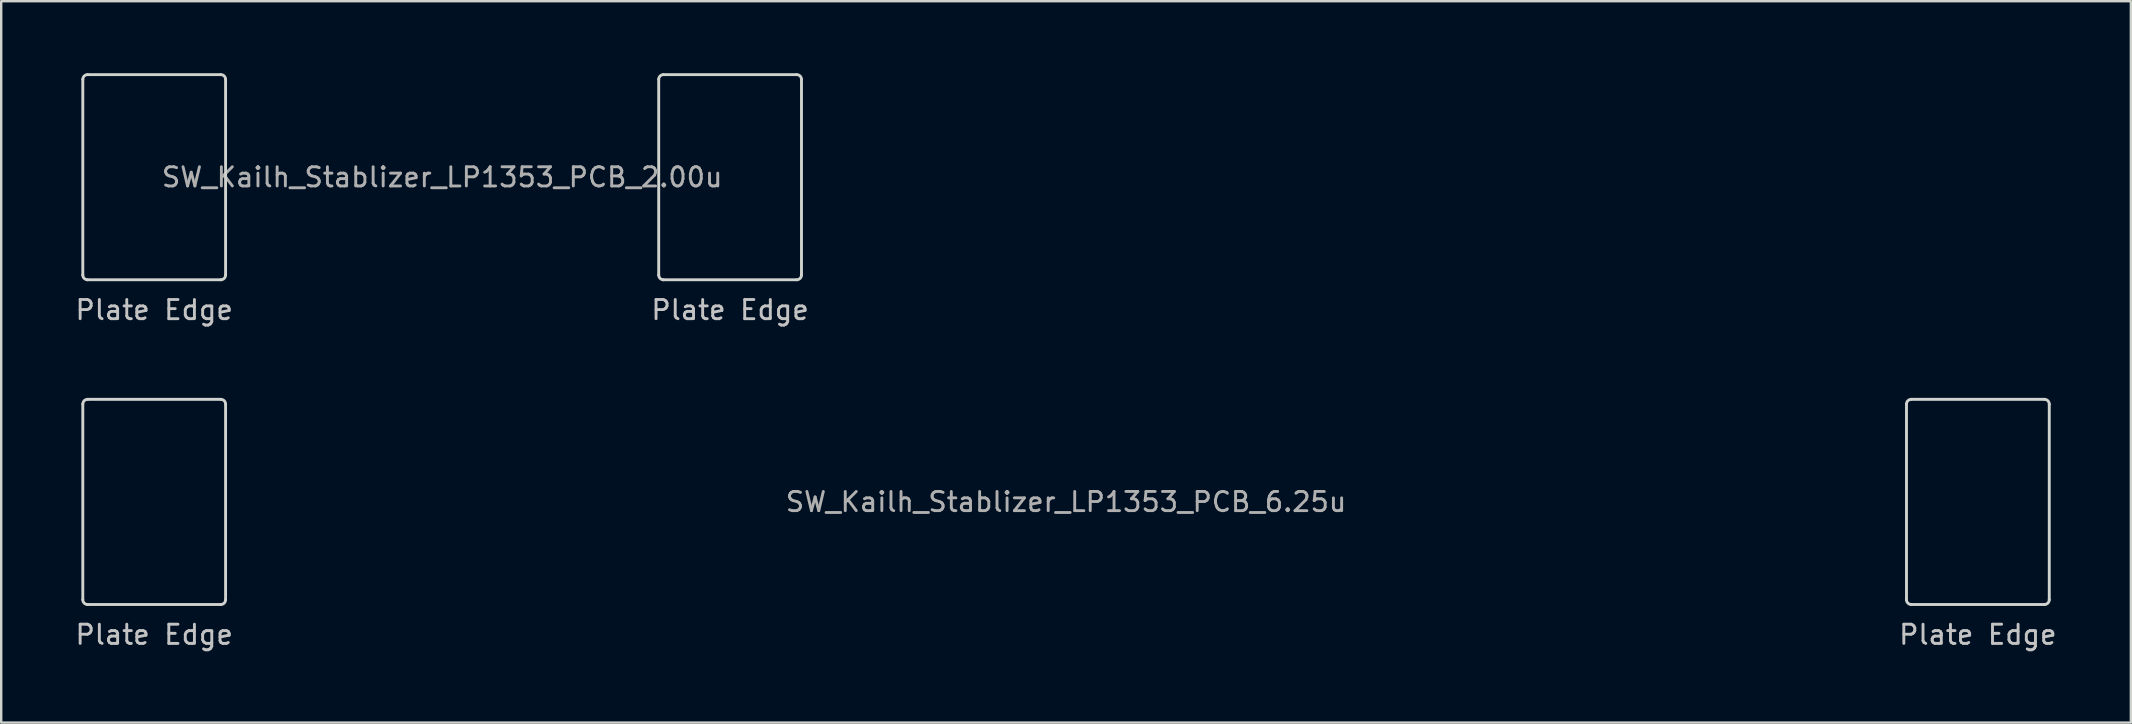
<source format=kicad_pcb>
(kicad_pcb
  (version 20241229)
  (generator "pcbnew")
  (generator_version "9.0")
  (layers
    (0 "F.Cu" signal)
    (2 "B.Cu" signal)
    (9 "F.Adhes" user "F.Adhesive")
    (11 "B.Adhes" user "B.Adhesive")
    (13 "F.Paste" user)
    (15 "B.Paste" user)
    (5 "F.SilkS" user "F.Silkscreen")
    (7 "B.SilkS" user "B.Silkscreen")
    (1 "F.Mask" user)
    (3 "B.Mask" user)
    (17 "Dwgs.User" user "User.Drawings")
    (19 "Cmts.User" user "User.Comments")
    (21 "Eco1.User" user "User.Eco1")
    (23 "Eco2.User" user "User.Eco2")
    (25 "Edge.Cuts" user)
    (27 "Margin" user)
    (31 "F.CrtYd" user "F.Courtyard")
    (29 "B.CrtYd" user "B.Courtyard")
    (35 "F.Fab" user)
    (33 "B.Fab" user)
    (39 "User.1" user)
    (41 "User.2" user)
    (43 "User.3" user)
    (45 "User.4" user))
  (footprint "SW_Kailh_Stablizer_LP1353_PCB_6.25u"
    (layer "F.Cu")
    (at 41.376 17.867)
    (property "Reference" "SW_Kailh_Stablizer_LP1353_PCB_6.25u" (at 0 0 0) (layer "F.Fab") (effects (font (size 0.8 0.8) (thickness 0.12))))
    (attr smd)
    (fp_line (start -40.975 4.075) (end -40.975 -4.075) (stroke (width 0.12) (type default)) (layer "Edge.Cuts"))
    (fp_line (start -40.775 -4.275) (end -35.225 -4.275) (stroke (width 0.12) (type default)) (layer "Edge.Cuts"))
    (fp_line (start -35.225 4.275) (end -40.775 4.275) (stroke (width 0.12) (type default)) (layer "Edge.Cuts"))
    (fp_line (start -35.025 4.075) (end -35.025 -4.075) (stroke (width 0.12) (type default)) (layer "Edge.Cuts"))
    (fp_line (start 35.025 4.075) (end 35.025 -4.075) (stroke (width 0.12) (type default)) (layer "Edge.Cuts"))
    (fp_line (start 35.225 -4.275) (end 40.775 -4.275) (stroke (width 0.12) (type default)) (layer "Edge.Cuts"))
    (fp_line (start 40.775 4.275) (end 35.225 4.275) (stroke (width 0.12) (type default)) (layer "Edge.Cuts"))
    (fp_line (start 40.975 4.075) (end 40.975 -4.075) (stroke (width 0.12) (type default)) (layer "Edge.Cuts"))
    (fp_arc (start -40.975 -4.075) (mid -40.916421 -4.216421) (end -40.775 -4.275) (stroke (width 0.12) (type default)) (layer "Edge.Cuts"))
    (fp_arc (start -40.775 4.275) (mid -40.916421 4.216421) (end -40.975 4.075) (stroke (width 0.12) (type default)) (layer "Edge.Cuts"))
    (fp_arc (start -35.225 -4.275) (mid -35.083585 -4.216415) (end -35.025 -4.075) (stroke (width 0.12) (type default)) (layer "Edge.Cuts"))
    (fp_arc (start -35.025 4.075) (mid -35.083579 4.216421) (end -35.225 4.275) (stroke (width 0.12) (type default)) (layer "Edge.Cuts"))
    (fp_arc (start 35.025 -4.075) (mid 35.083579 -4.216421) (end 35.225 -4.275) (stroke (width 0.12) (type default)) (layer "Edge.Cuts"))
    (fp_arc (start 35.225 4.275) (mid 35.083579 4.216421) (end 35.025 4.075) (stroke (width 0.12) (type default)) (layer "Edge.Cuts"))
    (fp_arc (start 40.775 -4.275) (mid 40.916415 -4.216415) (end 40.975 -4.075) (stroke (width 0.12) (type default)) (layer "Edge.Cuts"))
    (fp_arc (start 40.975 4.075) (mid 40.916421 4.216421) (end 40.775 4.275) (stroke (width 0.12) (type default)) (layer "Edge.Cuts"))
    (fp_text user "Plate Edge" (at 38 6 0) (unlocked yes) (layer "Dwgs.User") (effects (font (size 0.8 0.8) (thickness 0.12)) (justify bottom)))
    (fp_text user "Plate Edge" (at -38 6 0) (unlocked yes) (layer "Dwgs.User") (effects (font (size 0.8 0.8) (thickness 0.12)) (justify bottom))))
  (footprint "SW_Kailh_Stablizer_LP1353_PCB_2.00u"
    (layer "F.Cu")
    (at 15.376 4.335)
    (property "Reference" "SW_Kailh_Stablizer_LP1353_PCB_2.00u" (at 0 0 0) (layer "F.Fab") (effects (font (size 0.8 0.8) (thickness 0.12))))
    (attr smd)
    (fp_line (start -14.975 4.075) (end -14.975 -4.075) (stroke (width 0.12) (type default)) (layer "Edge.Cuts"))
    (fp_line (start -14.775 -4.275) (end -9.225 -4.275) (stroke (width 0.12) (type default)) (layer "Edge.Cuts"))
    (fp_line (start -9.225 4.275) (end -14.775 4.275) (stroke (width 0.12) (type default)) (layer "Edge.Cuts"))
    (fp_line (start -9.025 4.075) (end -9.025 -4.075) (stroke (width 0.12) (type default)) (layer "Edge.Cuts"))
    (fp_line (start 9.025 4.075) (end 9.025 -4.075) (stroke (width 0.12) (type default)) (layer "Edge.Cuts"))
    (fp_line (start 9.225 -4.275) (end 14.775 -4.275) (stroke (width 0.12) (type default)) (layer "Edge.Cuts"))
    (fp_line (start 14.775 4.275) (end 9.225 4.275) (stroke (width 0.12) (type default)) (layer "Edge.Cuts"))
    (fp_line (start 14.975 4.075) (end 14.975 -4.075) (stroke (width 0.12) (type default)) (layer "Edge.Cuts"))
    (fp_arc (start -14.975 -4.075) (mid -14.916421 -4.216421) (end -14.775 -4.275) (stroke (width 0.12) (type default)) (layer "Edge.Cuts"))
    (fp_arc (start -14.775 4.275) (mid -14.916421 4.216421) (end -14.975 4.075) (stroke (width 0.12) (type default)) (layer "Edge.Cuts"))
    (fp_arc (start -9.225 -4.275) (mid -9.083585 -4.216415) (end -9.025 -4.075) (stroke (width 0.12) (type default)) (layer "Edge.Cuts"))
    (fp_arc (start -9.025 4.075) (mid -9.083579 4.216421) (end -9.225 4.275) (stroke (width 0.12) (type default)) (layer "Edge.Cuts"))
    (fp_arc (start 9.025 -4.075) (mid 9.083579 -4.216421) (end 9.225 -4.275) (stroke (width 0.12) (type default)) (layer "Edge.Cuts"))
    (fp_arc (start 9.225 4.275) (mid 9.083579 4.216421) (end 9.025 4.075) (stroke (width 0.12) (type default)) (layer "Edge.Cuts"))
    (fp_arc (start 14.775 -4.275) (mid 14.916415 -4.216415) (end 14.975 -4.075) (stroke (width 0.12) (type default)) (layer "Edge.Cuts"))
    (fp_arc (start 14.975 4.075) (mid 14.916421 4.216421) (end 14.775 4.275) (stroke (width 0.12) (type default)) (layer "Edge.Cuts"))
    (fp_text user "Plate Edge" (at -12 6 0) (unlocked yes) (layer "Dwgs.User") (effects (font (size 0.8 0.8) (thickness 0.12)) (justify bottom)))
    (fp_text user "Plate Edge" (at 12 6 0) (unlocked yes) (layer "Dwgs.User") (effects (font (size 0.8 0.8) (thickness 0.12)) (justify bottom))))
  (gr_rect
    (start -3 -3)
    (end 85.752 27.064)
    (stroke (width 0.1) (type default))
    (fill no)
    (layer "Edge.Cuts")))
</source>
